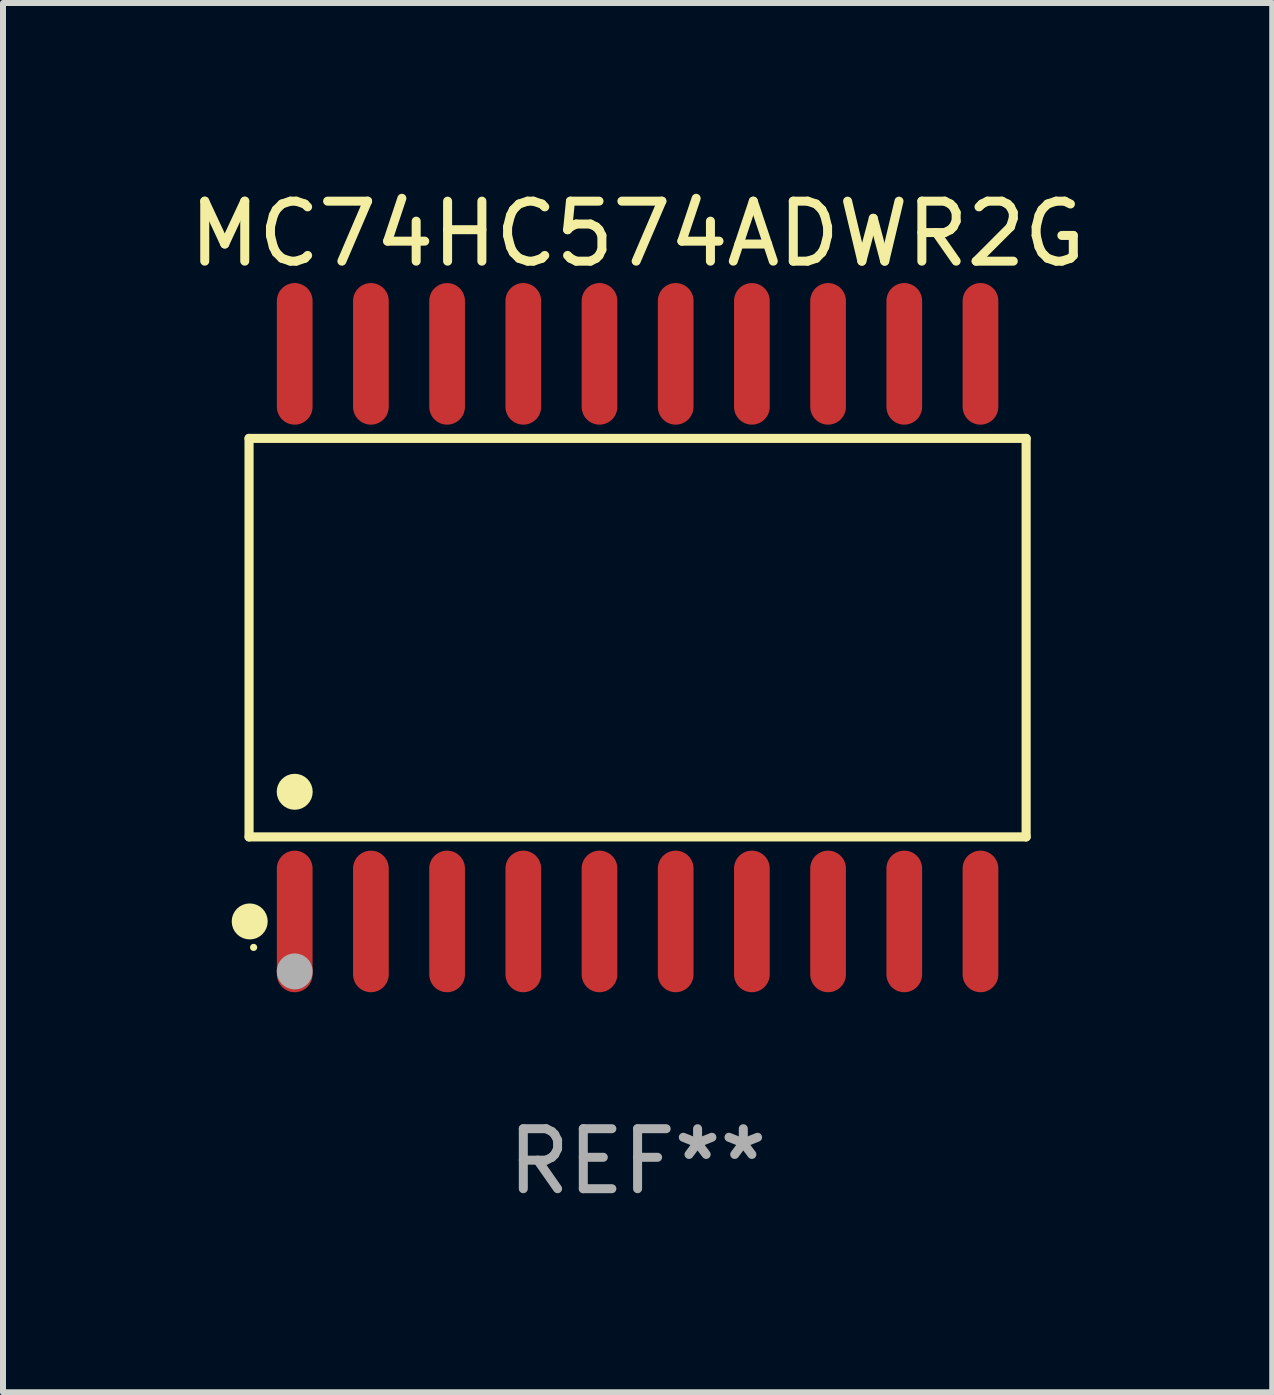
<source format=kicad_pcb>
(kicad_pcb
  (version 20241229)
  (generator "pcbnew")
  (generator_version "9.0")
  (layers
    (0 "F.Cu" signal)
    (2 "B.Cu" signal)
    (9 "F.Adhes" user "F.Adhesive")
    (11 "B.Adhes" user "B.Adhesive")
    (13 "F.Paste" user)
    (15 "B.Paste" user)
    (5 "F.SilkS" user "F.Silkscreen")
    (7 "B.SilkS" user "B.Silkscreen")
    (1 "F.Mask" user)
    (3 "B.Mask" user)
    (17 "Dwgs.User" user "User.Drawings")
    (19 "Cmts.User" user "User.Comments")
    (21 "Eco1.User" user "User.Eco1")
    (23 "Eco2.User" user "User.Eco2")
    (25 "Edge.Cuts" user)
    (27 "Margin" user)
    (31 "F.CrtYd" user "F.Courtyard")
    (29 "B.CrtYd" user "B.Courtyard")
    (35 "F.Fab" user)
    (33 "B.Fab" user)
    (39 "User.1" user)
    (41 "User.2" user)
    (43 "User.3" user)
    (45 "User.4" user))
  (footprint "MC74HC574ADWR2G"
    (layer "F.Cu")
    (at 7.577 7.578)
    (property "Reference" "MC74HC574ADWR2G" (at 0 -6.73 0) (layer "F.SilkS") (effects (font (size 1 1) (thickness 0.15))))
    (attr through_hole)
    (fp_line (start -6.476 -3.321) (end 6.476 -3.321) (stroke (width 0.152) (type solid)) (layer "F.SilkS"))
    (fp_line (start -6.476 3.321) (end -6.476 -3.321) (stroke (width 0.152) (type solid)) (layer "F.SilkS"))
    (fp_line (start 6.476 -3.321) (end 6.476 3.321) (stroke (width 0.152) (type solid)) (layer "F.SilkS"))
    (fp_line (start 6.476 3.321) (end -6.476 3.321) (stroke (width 0.152) (type solid)) (layer "F.SilkS"))
    (fp_circle (center -6.465 4.73) (end -6.315 4.73) (stroke (width 0.3) (type solid)) (fill no) (layer "F.SilkS"))
    (fp_circle (center -6.4 5.163) (end -6.37 5.163) (stroke (width 0.06) (type solid)) (fill no) (layer "F.SilkS"))
    (fp_circle (center -5.715 2.569) (end -5.565 2.569) (stroke (width 0.3) (type solid)) (fill no) (layer "F.SilkS"))
    (fp_circle (center -5.715 5.563) (end -5.565 5.563) (stroke (width 0.3) (type solid)) (fill no) (layer "F.Fab"))
    (fp_text user "REF**" (at 0 8.73 0) (layer "F.Fab") (effects (font (size 1 1) (thickness 0.15))))
    (pad "1" smd oval (at -5.715 4.73) (size 0.595 2.36) (layers "F.Cu" "F.Mask" "F.Paste"))
    (pad "2" smd oval (at -4.445 4.73) (size 0.595 2.36) (layers "F.Cu" "F.Mask" "F.Paste"))
    (pad "3" smd oval (at -3.175 4.73) (size 0.595 2.36) (layers "F.Cu" "F.Mask" "F.Paste"))
    (pad "4" smd oval (at -1.905 4.73) (size 0.595 2.36) (layers "F.Cu" "F.Mask" "F.Paste"))
    (pad "5" smd oval (at -0.635 4.73) (size 0.595 2.36) (layers "F.Cu" "F.Mask" "F.Paste"))
    (pad "6" smd oval (at 0.635 4.73) (size 0.595 2.36) (layers "F.Cu" "F.Mask" "F.Paste"))
    (pad "7" smd oval (at 1.905 4.73) (size 0.595 2.36) (layers "F.Cu" "F.Mask" "F.Paste"))
    (pad "8" smd oval (at 3.175 4.73) (size 0.595 2.36) (layers "F.Cu" "F.Mask" "F.Paste"))
    (pad "9" smd oval (at 4.445 4.73) (size 0.595 2.36) (layers "F.Cu" "F.Mask" "F.Paste"))
    (pad "10" smd oval (at 5.715 4.73) (size 0.595 2.36) (layers "F.Cu" "F.Mask" "F.Paste"))
    (pad "11" smd oval (at 5.715 -4.73) (size 0.595 2.36) (layers "F.Cu" "F.Mask" "F.Paste"))
    (pad "12" smd oval (at 4.445 -4.73) (size 0.595 2.36) (layers "F.Cu" "F.Mask" "F.Paste"))
    (pad "13" smd oval (at 3.175 -4.73) (size 0.595 2.36) (layers "F.Cu" "F.Mask" "F.Paste"))
    (pad "14" smd oval (at 1.905 -4.73) (size 0.595 2.36) (layers "F.Cu" "F.Mask" "F.Paste"))
    (pad "15" smd oval (at 0.635 -4.73) (size 0.595 2.36) (layers "F.Cu" "F.Mask" "F.Paste"))
    (pad "16" smd oval (at -0.635 -4.73) (size 0.595 2.36) (layers "F.Cu" "F.Mask" "F.Paste"))
    (pad "17" smd oval (at -1.905 -4.73) (size 0.595 2.36) (layers "F.Cu" "F.Mask" "F.Paste"))
    (pad "18" smd oval (at -3.175 -4.73) (size 0.595 2.36) (layers "F.Cu" "F.Mask" "F.Paste"))
    (pad "19" smd oval (at -4.445 -4.73) (size 0.595 2.36) (layers "F.Cu" "F.Mask" "F.Paste"))
    (pad "20" smd oval (at -5.715 -4.73) (size 0.595 2.36) (layers "F.Cu" "F.Mask" "F.Paste")))
  (gr_rect
    (start -3 -3)
    (end 18.155 20.156)
    (stroke (width 0.1) (type default))
    (fill no)
    (layer "Edge.Cuts")))
</source>
